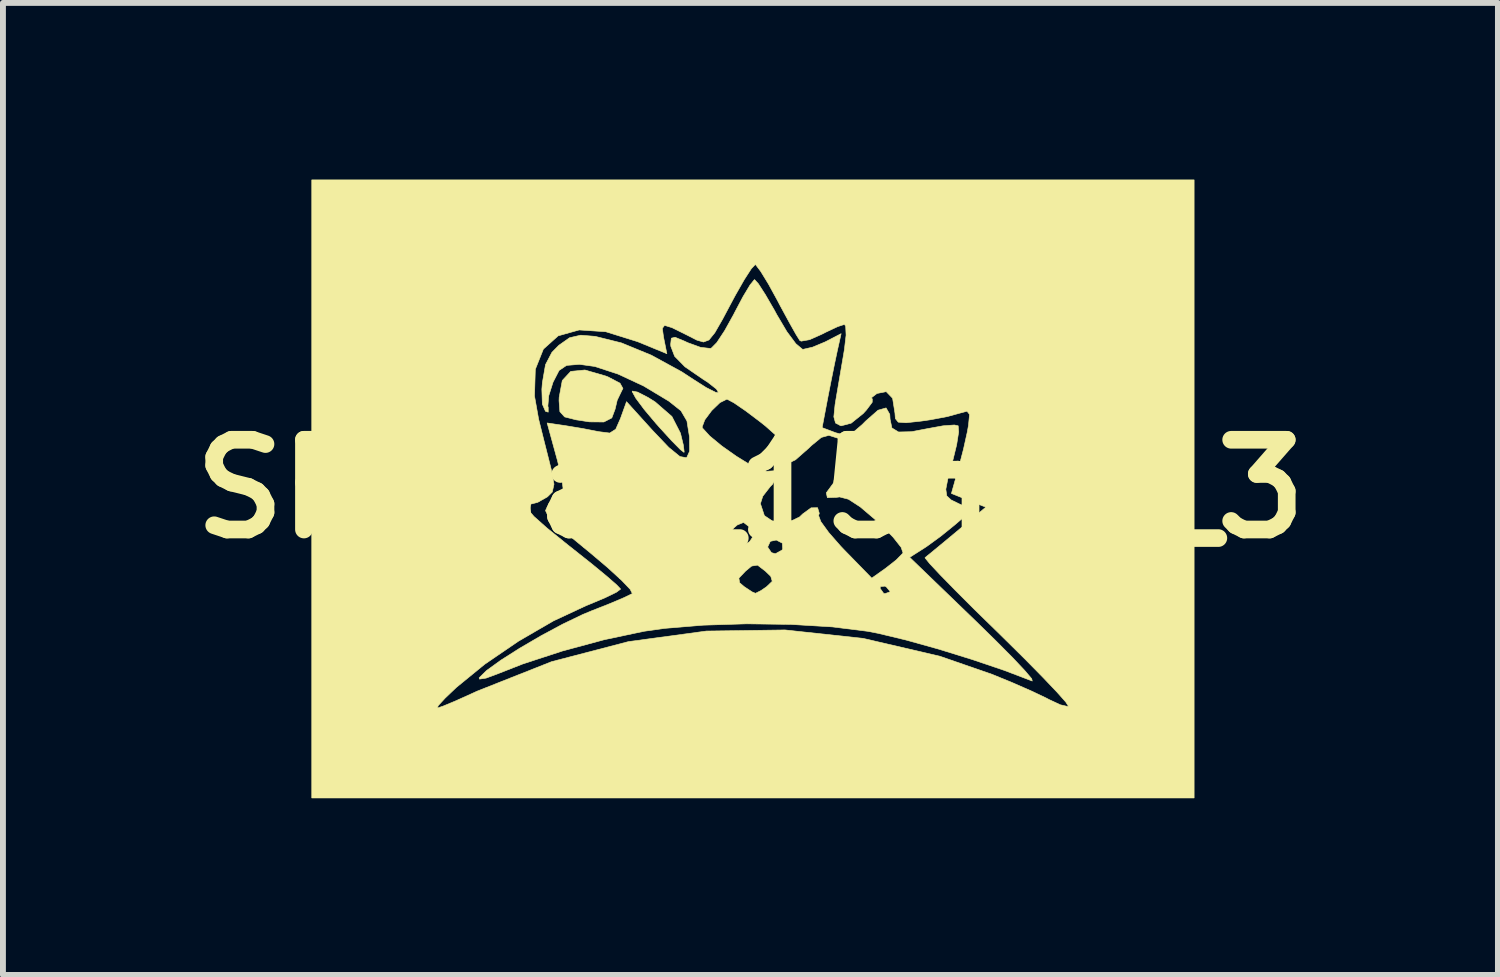
<source format=kicad_pcb>
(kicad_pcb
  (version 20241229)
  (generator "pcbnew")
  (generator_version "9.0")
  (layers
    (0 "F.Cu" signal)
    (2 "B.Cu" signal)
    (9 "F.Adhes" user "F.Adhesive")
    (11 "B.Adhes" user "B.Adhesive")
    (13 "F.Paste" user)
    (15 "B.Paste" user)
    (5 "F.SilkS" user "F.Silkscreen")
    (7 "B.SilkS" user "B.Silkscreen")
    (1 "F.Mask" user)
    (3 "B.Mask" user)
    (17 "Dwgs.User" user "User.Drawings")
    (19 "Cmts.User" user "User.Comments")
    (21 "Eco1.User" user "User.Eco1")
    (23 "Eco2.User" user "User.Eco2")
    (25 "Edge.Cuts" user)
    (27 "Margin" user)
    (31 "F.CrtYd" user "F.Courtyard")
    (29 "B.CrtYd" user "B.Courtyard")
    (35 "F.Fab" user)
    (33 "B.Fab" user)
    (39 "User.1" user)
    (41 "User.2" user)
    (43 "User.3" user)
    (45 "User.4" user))
  (footprint "SFUSat_15mm_3"
    (layer "F.Cu")
    (at 9.696 5.254)
    (property "Reference" "SFUSat_15mm_3" (at 0 0 0) (layer "F.SilkS") (effects (font (size 1.524 1.524) (thickness 0.3))))
    (attr through_hole)
    (fp_poly (pts (xy -1.918 -1.645) (xy -1.739 -1.553) (xy -1.618 -1.477) (xy -1.334 -1.23) (xy -1.189 -0.947) (xy -1.14 -0.745) (xy -1.126 -0.629) (xy -1.129 -0.621) (xy -1.191 -0.669) (xy -1.336 -0.816) (xy -1.536 -1.035) (xy -1.601 -1.108) (xy -1.805 -1.35) (xy -1.948 -1.542) (xy -2.008 -1.651) (xy -2.007 -1.662) (xy -1.918 -1.645)) (stroke (width 0.01) (type solid)) (fill yes) (layer "F.SilkS"))
    (fp_poly (pts (xy -2.462 -1.919) (xy -2.416 -1.901) (xy -2.216 -1.796) (xy -2.166 -1.706) (xy -2.186 -1.668) (xy -2.263 -1.508) (xy -2.299 -1.355) (xy -2.355 -1.206) (xy -2.49 -1.137) (xy -2.734 -1.139) (xy -2.963 -1.174) (xy -3.156 -1.223) (xy -3.237 -1.312) (xy -3.251 -1.499) (xy -3.249 -1.555) (xy -3.196 -1.842) (xy -3.053 -1.996) (xy -2.812 -2.02) (xy -2.462 -1.919)) (stroke (width 0.01) (type solid)) (fill yes) (layer "F.SilkS"))
    (fp_poly (pts (xy 7.535 5.249) (xy -7.451 5.249) (xy -7.451 3.722) (xy -5.32 3.722) (xy -5.223 3.69) (xy -5.012 3.602) (xy -4.73 3.475) (xy -4.643 3.435) (xy -3.378 2.934) (xy -2.075 2.594) (xy -0.749 2.414) (xy 0.585 2.395) (xy 1.912 2.538) (xy 3.218 2.842) (xy 4.106 3.15) (xy 4.459 3.295) (xy 4.787 3.439) (xy 5.03 3.555) (xy 5.069 3.576) (xy 5.262 3.666) (xy 5.385 3.694) (xy 5.399 3.689) (xy 5.355 3.619) (xy 5.205 3.45) (xy 4.968 3.201) (xy 4.66 2.888) (xy 4.298 2.53) (xy 4.185 2.419) (xy 3.81 2.053) (xy 3.484 1.727) (xy 3.223 1.46) (xy 3.045 1.27) (xy 2.967 1.174) (xy 2.965 1.167) (xy 3.045 1.102) (xy 3.22 0.958) (xy 3.455 0.763) (xy 3.502 0.724) (xy 3.997 0.31) (xy 3.705 0.194) (xy 3.413 0.077) (xy 3.537 -0.364) (xy 3.618 -0.675) (xy 3.683 -0.968) (xy 3.703 -1.081) (xy 3.721 -1.265) (xy 3.678 -1.32) (xy 3.544 -1.284) (xy 3.544 -1.284) (xy 3.344 -1.229) (xy 3.058 -1.175) (xy 2.9 -1.152) (xy 2.642 -1.124) (xy 2.51 -1.134) (xy 2.461 -1.195) (xy 2.454 -1.288) (xy 2.414 -1.54) (xy 2.305 -1.653) (xy 2.148 -1.621) (xy 2.055 -1.549) (xy 2.069 -1.527) (xy 2.068 -1.472) (xy 1.969 -1.34) (xy 1.914 -1.28) (xy 1.711 -1.117) (xy 1.541 -1.072) (xy 1.531 -1.074) (xy 1.445 -1.119) (xy 1.416 -1.224) (xy 1.437 -1.433) (xy 1.453 -1.53) (xy 1.514 -1.888) (xy 1.579 -2.269) (xy 1.596 -2.371) (xy 1.624 -2.611) (xy 1.617 -2.764) (xy 1.596 -2.794) (xy 1.482 -2.757) (xy 1.284 -2.664) (xy 1.209 -2.626) (xy 1.004 -2.535) (xy 0.863 -2.51) (xy 0.839 -2.52) (xy 0.776 -2.62) (xy 0.658 -2.83) (xy 0.506 -3.11) (xy 0.461 -3.196) (xy 0.306 -3.479) (xy 0.175 -3.693) (xy 0.092 -3.803) (xy 0.08 -3.81) (xy 0.015 -3.741) (xy -0.104 -3.557) (xy -0.253 -3.296) (xy -0.284 -3.239) (xy -0.474 -2.882) (xy -0.606 -2.652) (xy -0.705 -2.53) (xy -0.798 -2.495) (xy -0.91 -2.527) (xy -1.066 -2.607) (xy -1.086 -2.617) (xy -1.332 -2.739) (xy -1.459 -2.778) (xy -1.497 -2.727) (xy -1.477 -2.582) (xy -1.47 -2.546) (xy -1.42 -2.297) (xy -1.917 -2.501) (xy -2.458 -2.67) (xy -2.91 -2.7) (xy -3.266 -2.6) (xy -3.517 -2.375) (xy -3.654 -2.032) (xy -3.668 -1.578) (xy -3.598 -1.185) (xy -3.512 -0.84) (xy -3.428 -0.508) (xy -3.378 -0.308) (xy -3.337 -0.08) (xy -3.366 0.053) (xy -3.448 0.134) (xy -3.614 0.228) (xy -3.704 0.251) (xy -3.79 0.273) (xy -3.785 0.342) (xy -3.677 0.468) (xy -3.455 0.665) (xy -3.109 0.945) (xy -3.009 1.024) (xy -2.699 1.27) (xy -2.444 1.48) (xy -2.271 1.631) (xy -2.205 1.701) (xy -2.205 1.701) (xy -2.276 1.754) (xy -2.467 1.847) (xy -2.74 1.962) (xy -2.795 1.984) (xy -3.346 2.241) (xy -3.94 2.586) (xy -4.514 2.978) (xy -4.995 3.371) (xy -5.185 3.552) (xy -5.302 3.679) (xy -5.32 3.722) (xy -7.451 3.722) (xy -7.451 -5.249) (xy 7.535 -5.249) (xy 7.535 5.249)) (stroke (width 0.01) (type solid)) (fill yes) (layer "F.SilkS"))
    (fp_poly (pts (xy 0.134 -3.485) (xy 0.253 -3.3) (xy 0.405 -3.038) (xy 0.446 -2.962) (xy 0.617 -2.673) (xy 0.771 -2.466) (xy 0.882 -2.373) (xy 0.895 -2.371) (xy 1.056 -2.408) (xy 1.271 -2.498) (xy 1.282 -2.504) (xy 1.54 -2.637) (xy 1.477 -2.356) (xy 1.426 -2.115) (xy 1.361 -1.792) (xy 1.315 -1.558) (xy 1.217 -1.041) (xy 1.448 -0.954) (xy 1.605 -0.914) (xy 1.736 -0.954) (xy 1.9 -1.095) (xy 1.954 -1.15) (xy 2.167 -1.337) (xy 2.303 -1.376) (xy 2.366 -1.267) (xy 2.371 -1.185) (xy 2.402 -1.036) (xy 2.515 -0.967) (xy 2.736 -0.972) (xy 3.007 -1.024) (xy 3.271 -1.072) (xy 3.463 -1.086) (xy 3.528 -1.072) (xy 3.536 -0.968) (xy 3.502 -0.751) (xy 3.443 -0.509) (xy 3.356 -0.19) (xy 3.318 0.005) (xy 3.334 0.118) (xy 3.408 0.187) (xy 3.535 0.249) (xy 3.768 0.356) (xy 3.471 0.61) (xy 3.23 0.805) (xy 2.994 0.977) (xy 2.939 1.013) (xy 2.704 1.162) (xy 3.828 2.246) (xy 4.171 2.582) (xy 4.454 2.867) (xy 4.661 3.087) (xy 4.777 3.224) (xy 4.786 3.263) (xy 4.784 3.262) (xy 4.314 3.083) (xy 3.765 2.897) (xy 3.19 2.719) (xy 2.641 2.566) (xy 2.171 2.453) (xy 1.99 2.418) (xy 1.39 2.343) (xy 0.686 2.301) (xy -0.064 2.291) (xy -0.801 2.314) (xy -1.466 2.369) (xy -1.81 2.418) (xy -2.484 2.561) (xy -3.195 2.753) (xy -3.868 2.973) (xy -4.286 3.137) (xy -4.49 3.213) (xy -4.602 3.23) (xy -4.608 3.208) (xy -4.483 3.085) (xy -4.241 2.91) (xy -3.92 2.706) (xy -3.557 2.494) (xy -3.188 2.296) (xy -2.849 2.133) (xy -2.69 2.067) (xy -2.388 1.948) (xy -2.15 1.847) (xy -2.017 1.783) (xy -2.007 1.776) (xy -2.043 1.705) (xy -2.19 1.551) (xy -2.23 1.515) (xy -0.197 1.515) (xy -0.184 1.594) (xy -0.105 1.661) (xy 0.03 1.75) (xy 0.085 1.773) (xy 0.178 1.727) (xy 0.235 1.688) (xy 2.201 1.688) (xy 2.263 1.775) (xy 2.286 1.778) (xy 2.368 1.749) (xy 2.371 1.741) (xy 2.311 1.668) (xy 2.286 1.651) (xy 2.208 1.658) (xy 2.201 1.688) (xy 0.235 1.688) (xy 0.274 1.661) (xy 0.37 1.569) (xy 0.345 1.485) (xy 0.253 1.396) (xy 0.12 1.294) (xy 0.02 1.31) (xy -0.084 1.396) (xy -0.197 1.515) (xy -2.23 1.515) (xy -2.424 1.337) (xy -2.723 1.084) (xy -2.757 1.056) (xy -2.841 0.987) (xy 0.292 0.987) (xy 0.356 1.082) (xy 0.423 1.101) (xy 0.534 1.04) (xy 0.547 1.022) (xy 0.541 0.921) (xy 0.439 0.868) (xy 0.337 0.89) (xy 0.292 0.987) (xy -2.841 0.987) (xy -3.096 0.777) (xy -3.112 0.763) (xy -0.375 0.763) (xy -0.344 0.841) (xy -0.274 0.896) (xy -0.135 0.963) (xy -0.015 0.896) (xy -0.011 0.891) (xy 0.063 0.779) (xy -0.000404 0.662) (xy -0.011 0.651) (xy -0.117 0.569) (xy -0.224 0.612) (xy -0.274 0.655) (xy -0.375 0.763) (xy -3.112 0.763) (xy -3.318 0.583) (xy -3.441 0.453) (xy -3.481 0.368) (xy -3.455 0.309) (xy -3.426 0.284) (xy -3.269 0.183) (xy -3.195 0.148) (xy -3.174 0.057) (xy -3.203 -0.164) (xy -3.278 -0.483) (xy -3.283 -0.5) (xy -3.453 -1.12) (xy -3.145 -1.075) (xy -2.85 -1.026) (xy -2.573 -0.972) (xy -2.572 -0.972) (xy -2.39 -0.949) (xy -2.288 -1.014) (xy -2.207 -1.198) (xy -2.105 -1.482) (xy -1.664 -0.995) (xy -1.388 -0.705) (xy -1.198 -0.55) (xy -1.084 -0.529) (xy -1.034 -0.64) (xy -1.036 -0.881) (xy -1.037 -0.892) (xy -1.063 -1.052) (xy -0.821 -1.052) (xy -0.816 -1.035) (xy -0.692 -0.899) (xy -0.486 -0.729) (xy -0.241 -0.556) (xy -0.001 -0.408) (xy 0.189 -0.315) (xy 0.277 -0.3) (xy 0.417 -0.309) (xy 0.453 -0.221) (xy 0.376 -0.08) (xy 0.337 -0.041) (xy 0.209 0.124) (xy 0.169 0.25) (xy 0.236 0.453) (xy 0.403 0.566) (xy 0.62 0.578) (xy 0.834 0.476) (xy 0.887 0.425) (xy 1.03 0.321) (xy 1.14 0.319) (xy 1.169 0.414) (xy 1.157 0.452) (xy 1.195 0.555) (xy 1.329 0.74) (xy 1.531 0.971) (xy 1.59 1.033) (xy 2.06 1.515) (xy 2.298 1.346) (xy 2.476 1.206) (xy 2.587 1.093) (xy 2.591 1.087) (xy 2.559 0.992) (xy 2.424 0.821) (xy 2.213 0.606) (xy 2.149 0.547) (xy 1.866 0.306) (xy 1.664 0.175) (xy 1.514 0.136) (xy 1.46 0.143) (xy 1.306 0.148) (xy 1.288 0.066) (xy 1.407 -0.096) (xy 1.482 -0.169) (xy 1.654 -0.404) (xy 1.683 -0.628) (xy 1.57 -0.808) (xy 1.48 -0.863) (xy 1.332 -0.91) (xy 1.204 -0.875) (xy 1.037 -0.738) (xy 0.989 -0.692) (xy 0.764 -0.494) (xy 0.635 -0.433) (xy 0.601 -0.507) (xy 0.616 -0.587) (xy 0.602 -0.708) (xy 0.489 -0.86) (xy 0.255 -1.068) (xy 0.167 -1.138) (xy -0.082 -1.326) (xy -0.282 -1.463) (xy -0.395 -1.523) (xy -0.401 -1.524) (xy -0.518 -1.466) (xy -0.659 -1.33) (xy -0.776 -1.173) (xy -0.821 -1.052) (xy -1.063 -1.052) (xy -1.079 -1.154) (xy -1.18 -1.327) (xy -1.385 -1.49) (xy -1.814 -1.748) (xy -2.25 -1.951) (xy -2.644 -2.08) (xy -2.904 -2.116) (xy -3.123 -2.098) (xy -3.25 -2.013) (xy -3.353 -1.813) (xy -3.354 -1.81) (xy -3.426 -1.583) (xy -3.441 -1.407) (xy -3.435 -1.383) (xy -3.435 -1.304) (xy -3.482 -1.319) (xy -3.535 -1.441) (xy -3.543 -1.693) (xy -3.534 -1.805) (xy -3.481 -2.111) (xy -3.372 -2.32) (xy -3.255 -2.439) (xy -3.072 -2.568) (xy -2.884 -2.611) (xy -2.637 -2.591) (xy -2.191 -2.48) (xy -1.683 -2.271) (xy -1.167 -1.989) (xy -0.97 -1.86) (xy -0.751 -1.721) (xy -0.593 -1.641) (xy -0.54 -1.633) (xy -0.579 -1.697) (xy -0.724 -1.811) (xy -0.802 -1.861) (xy -1.112 -2.074) (xy -1.288 -2.253) (xy -1.353 -2.424) (xy -1.355 -2.46) (xy -1.344 -2.56) (xy -1.281 -2.576) (xy -1.121 -2.51) (xy -1.066 -2.484) (xy -0.848 -2.405) (xy -0.683 -2.386) (xy -0.664 -2.392) (xy -0.572 -2.485) (xy -0.437 -2.69) (xy -0.285 -2.964) (xy -0.269 -2.996) (xy -0.126 -3.266) (xy -0.007 -3.464) (xy 0.065 -3.553) (xy 0.07 -3.555) (xy 0.134 -3.485)) (stroke (width 0.01) (type solid)) (fill yes) (layer "F.SilkS")))
  (gr_rect
    (start -3 -3)
    (end 22.391 13.509)
    (stroke (width 0.1) (type default))
    (fill no)
    (layer "Edge.Cuts")))
</source>
